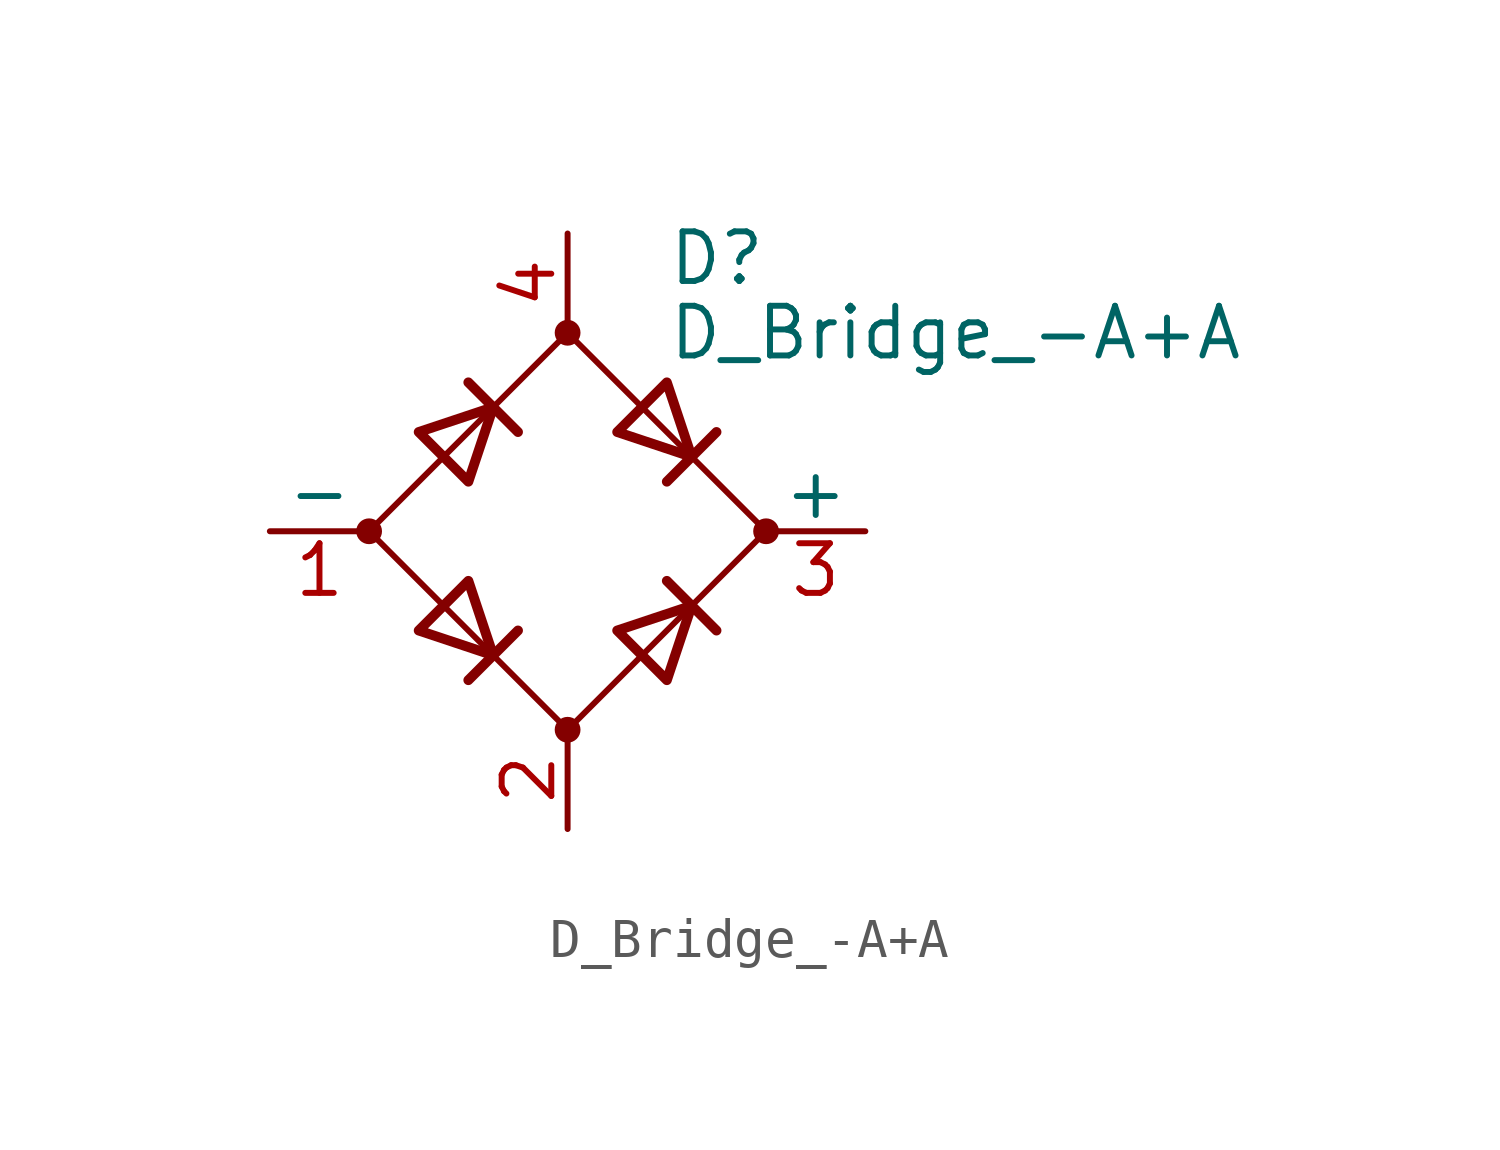
<source format=kicad_sym>
(kicad_symbol_lib
  (version 20201005)
  (generator kicad_symbol_editor)
  (symbol "D_Bridge_-A+A"
    (pin_names
      (offset 0))
    (property "Reference" "D"
      (at 2.54 6.985 0)
      (effects (font (size 1.27 1.27)) (justify left)))
    (property "Value" "D_Bridge_-A+A"
      (at 2.54 5.08 0)
      (effects (font (size 1.27 1.27)) (justify left)))
    (symbol "D_Bridge_-A+A_0_1"
      (circle (center -5.08 0) (radius 0.254) (stroke (width 0)) (fill (type outline)))
      (circle (center 0 -5.08) (radius 0.254) (stroke (width 0)) (fill (type outline)))
      (circle (center 0 5.08) (radius 0.254) (stroke (width 0)) (fill (type outline)))
      (circle (center 5.08 0) (radius 0.254) (stroke (width 0)) (fill (type outline)))
      (polyline (pts (xy -2.54 3.81) (xy -1.27 2.54)) (stroke (width 0.254)) (fill (type none)))
      (polyline (pts (xy -1.27 -2.54) (xy -2.54 -3.81)) (stroke (width 0.254)) (fill (type none)))
      (polyline (pts (xy 2.54 -1.27) (xy 3.81 -2.54)) (stroke (width 0.254)) (fill (type none)))
      (polyline (pts (xy 2.54 1.27) (xy 3.81 2.54)) (stroke (width 0.254)) (fill (type none)))
      (polyline (pts (xy -3.81 2.54) (xy -2.54 1.27) (xy -1.905 3.175) (xy -3.81 2.54)) (stroke (width 0.254)) (fill (type none)))
      (polyline (pts (xy -2.54 -1.27) (xy -3.81 -2.54) (xy -1.905 -3.175) (xy -2.54 -1.27)) (stroke (width 0.254)) (fill (type none)))
      (polyline (pts (xy 1.27 2.54) (xy 2.54 3.81) (xy 3.175 1.905) (xy 1.27 2.54)) (stroke (width 0.254)) (fill (type none)))
      (polyline (pts (xy 3.175 -1.905) (xy 1.27 -2.54) (xy 2.54 -3.81) (xy 3.175 -1.905)) (stroke (width 0.254)) (fill (type none)))
      (polyline (pts (xy -5.08 0) (xy 0 -5.08) (xy 5.08 0) (xy 0 5.08) (xy -5.08 0)) (stroke (width 0)) (fill (type none))))
    (symbol "D_Bridge_-A+A_1_1"
      (pin passive line (at -7.62 0 0) (length 2.54) (name "-" (effects (font (size 1.27 1.27)))) (number "1" (effects (font (size 1.27 1.27)))))
      (pin passive line (at 0 -7.62 90) (length 2.54) (name "~~" (effects (font (size 1.27 1.27)))) (number "2" (effects (font (size 1.27 1.27)))))
      (pin passive line (at 7.62 0 180) (length 2.54) (name "+" (effects (font (size 1.27 1.27)))) (number "3" (effects (font (size 1.27 1.27)))))
      (pin passive line (at 0 7.62 270) (length 2.54) (name "~~" (effects (font (size 1.27 1.27)))) (number "4" (effects (font (size 1.27 1.27))))))))
</source>
